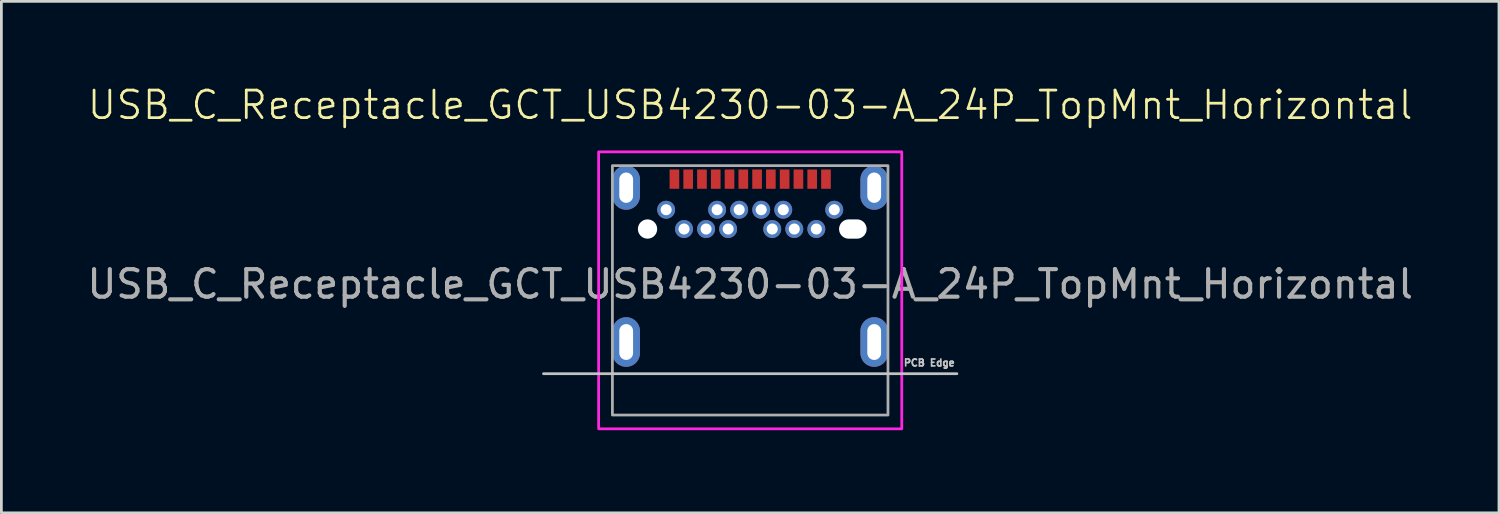
<source format=kicad_pcb>
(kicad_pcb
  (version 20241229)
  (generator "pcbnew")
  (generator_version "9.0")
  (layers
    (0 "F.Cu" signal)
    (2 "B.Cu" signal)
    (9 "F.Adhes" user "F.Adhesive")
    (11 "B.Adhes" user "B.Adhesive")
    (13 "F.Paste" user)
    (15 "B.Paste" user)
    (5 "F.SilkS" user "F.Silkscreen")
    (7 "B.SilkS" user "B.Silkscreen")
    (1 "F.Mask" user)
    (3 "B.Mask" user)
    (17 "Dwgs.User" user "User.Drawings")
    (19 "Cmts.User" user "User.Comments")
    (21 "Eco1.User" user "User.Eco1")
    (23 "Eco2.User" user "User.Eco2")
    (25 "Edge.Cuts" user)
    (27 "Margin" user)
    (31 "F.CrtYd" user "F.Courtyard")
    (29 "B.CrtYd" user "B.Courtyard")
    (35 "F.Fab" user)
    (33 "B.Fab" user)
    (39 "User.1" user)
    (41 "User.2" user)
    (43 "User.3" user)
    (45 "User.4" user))
  (footprint "USB_C_Receptacle_GCT_USB4230-03-A_24P_TopMnt_Horizontal"
    (layer "F.Cu")
    (at 24.173 5.261)
    (property "Reference" "USB_C_Receptacle_GCT_USB4230-03-A_24P_TopMnt_Horizontal" (at 0 -4.5 0) (unlocked yes) (layer "F.SilkS") (effects (font (size 1 1) (thickness 0.1))))
    (attr through_hole)
    (fp_line (start -7.5 5.25) (end 7.5 5.25) (stroke (width 0.1) (type solid)) (layer "Dwgs.User"))
    (fp_rect (start -5.5 -2.8) (end 5.5 7.25) (stroke (width 0.1) (type solid)) (fill no) (layer "F.CrtYd"))
    (fp_rect (start -5 -2.3) (end 5 6.75) (stroke (width 0.1) (type solid)) (fill no) (layer "F.Fab"))
    (fp_text user "PCB Edge" (at 6.5 5 0) (unlocked yes) (layer "Dwgs.User") (effects (font (size 0.25 0.25) (thickness 0.062)) (justify bottom)))
    (fp_text user "${REFERENCE}" (at 0 2 0) (unlocked yes) (layer "F.Fab") (effects (font (size 1 1) (thickness 0.15))))
    (pad "" np_thru_hole circle (at -3.725 0) (size 0.7 0.7) (drill 0.7) (layers "*.Cu" "*.Mask"))
    (pad "" np_thru_hole oval (at 3.725 0) (size 1 0.7) (drill oval 1 0.7) (layers "*.Cu" "*.Mask"))
    (pad "A1" smd rect (at -2.75 -1.81) (size 0.35 0.7) (layers "F.Cu" "F.Mask" "F.Paste"))
    (pad "A2" smd rect (at -2.25 -1.81) (size 0.35 0.7) (layers "F.Cu" "F.Mask" "F.Paste"))
    (pad "A3" smd rect (at -1.75 -1.81) (size 0.35 0.7) (layers "F.Cu" "F.Mask" "F.Paste"))
    (pad "A4" smd rect (at -1.25 -1.81) (size 0.35 0.7) (layers "F.Cu" "F.Mask" "F.Paste"))
    (pad "A5" smd rect (at -0.75 -1.81) (size 0.35 0.7) (layers "F.Cu" "F.Mask" "F.Paste"))
    (pad "A6" smd rect (at -0.25 -1.81) (size 0.35 0.7) (layers "F.Cu" "F.Mask" "F.Paste"))
    (pad "A7" smd rect (at 0.25 -1.81) (size 0.35 0.7) (layers "F.Cu" "F.Mask" "F.Paste"))
    (pad "A8" smd rect (at 0.75 -1.81) (size 0.35 0.7) (layers "F.Cu" "F.Mask" "F.Paste"))
    (pad "A9" smd rect (at 1.25 -1.81) (size 0.35 0.7) (layers "F.Cu" "F.Mask" "F.Paste"))
    (pad "A10" smd rect (at 1.75 -1.81) (size 0.35 0.7) (layers "F.Cu" "F.Mask" "F.Paste"))
    (pad "A11" smd rect (at 2.25 -1.81) (size 0.35 0.7) (layers "F.Cu" "F.Mask" "F.Paste"))
    (pad "A12" smd rect (at 2.75 -1.81) (size 0.35 0.7) (layers "F.Cu" "F.Mask" "F.Paste"))
    (pad "B1" thru_hole circle (at 3.05 -0.7) (size 0.65 0.65) (drill 0.4) (layers "*.Cu" "*.Mask"))
    (pad "B2" thru_hole circle (at 2.4 0) (size 0.65 0.65) (drill 0.4) (layers "*.Cu" "*.Mask"))
    (pad "B3" thru_hole circle (at 1.6 0) (size 0.65 0.65) (drill 0.4) (layers "*.Cu" "*.Mask"))
    (pad "B4" thru_hole circle (at 1.2 -0.7) (size 0.65 0.65) (drill 0.4) (layers "*.Cu" "*.Mask"))
    (pad "B5" thru_hole circle (at 0.8 0) (size 0.65 0.65) (drill 0.4) (layers "*.Cu" "*.Mask"))
    (pad "B6" thru_hole circle (at 0.4 -0.7) (size 0.65 0.65) (drill 0.4) (layers "*.Cu" "*.Mask"))
    (pad "B7" thru_hole circle (at -0.4 -0.7) (size 0.65 0.65) (drill 0.4) (layers "*.Cu" "*.Mask"))
    (pad "B8" thru_hole circle (at -0.8 0) (size 0.65 0.65) (drill 0.4) (layers "*.Cu" "*.Mask"))
    (pad "B9" thru_hole circle (at -1.2 -0.7) (size 0.65 0.65) (drill 0.4) (layers "*.Cu" "*.Mask"))
    (pad "B10" thru_hole circle (at -1.6 0) (size 0.65 0.65) (drill 0.4) (layers "*.Cu" "*.Mask"))
    (pad "B11" thru_hole circle (at -2.4 0) (size 0.65 0.65) (drill 0.4) (layers "*.Cu" "*.Mask"))
    (pad "B12" thru_hole circle (at -3.05 -0.7) (size 0.65 0.65) (drill 0.4) (layers "*.Cu" "*.Mask"))
    (pad "S1" thru_hole oval (at -4.5 -1.5) (size 1 1.6) (drill oval 0.5 1.1) (layers "*.Cu" "*.Mask"))
    (pad "S1" thru_hole oval (at -4.5 4.1) (size 1 1.8) (drill oval 0.5 1.3) (layers "*.Cu" "*.Mask"))
    (pad "S1" thru_hole oval (at 4.5 -1.5) (size 1 1.6) (drill oval 0.5 1.1) (layers "*.Cu" "*.Mask"))
    (pad "S1" thru_hole oval (at 4.5 4.1) (size 1 1.8) (drill oval 0.5 1.3) (layers "*.Cu" "*.Mask")))
  (gr_rect
    (start -3 -3)
    (end 51.345 15.56)
    (stroke (width 0.1) (type default))
    (fill no)
    (layer "Edge.Cuts")))
</source>
